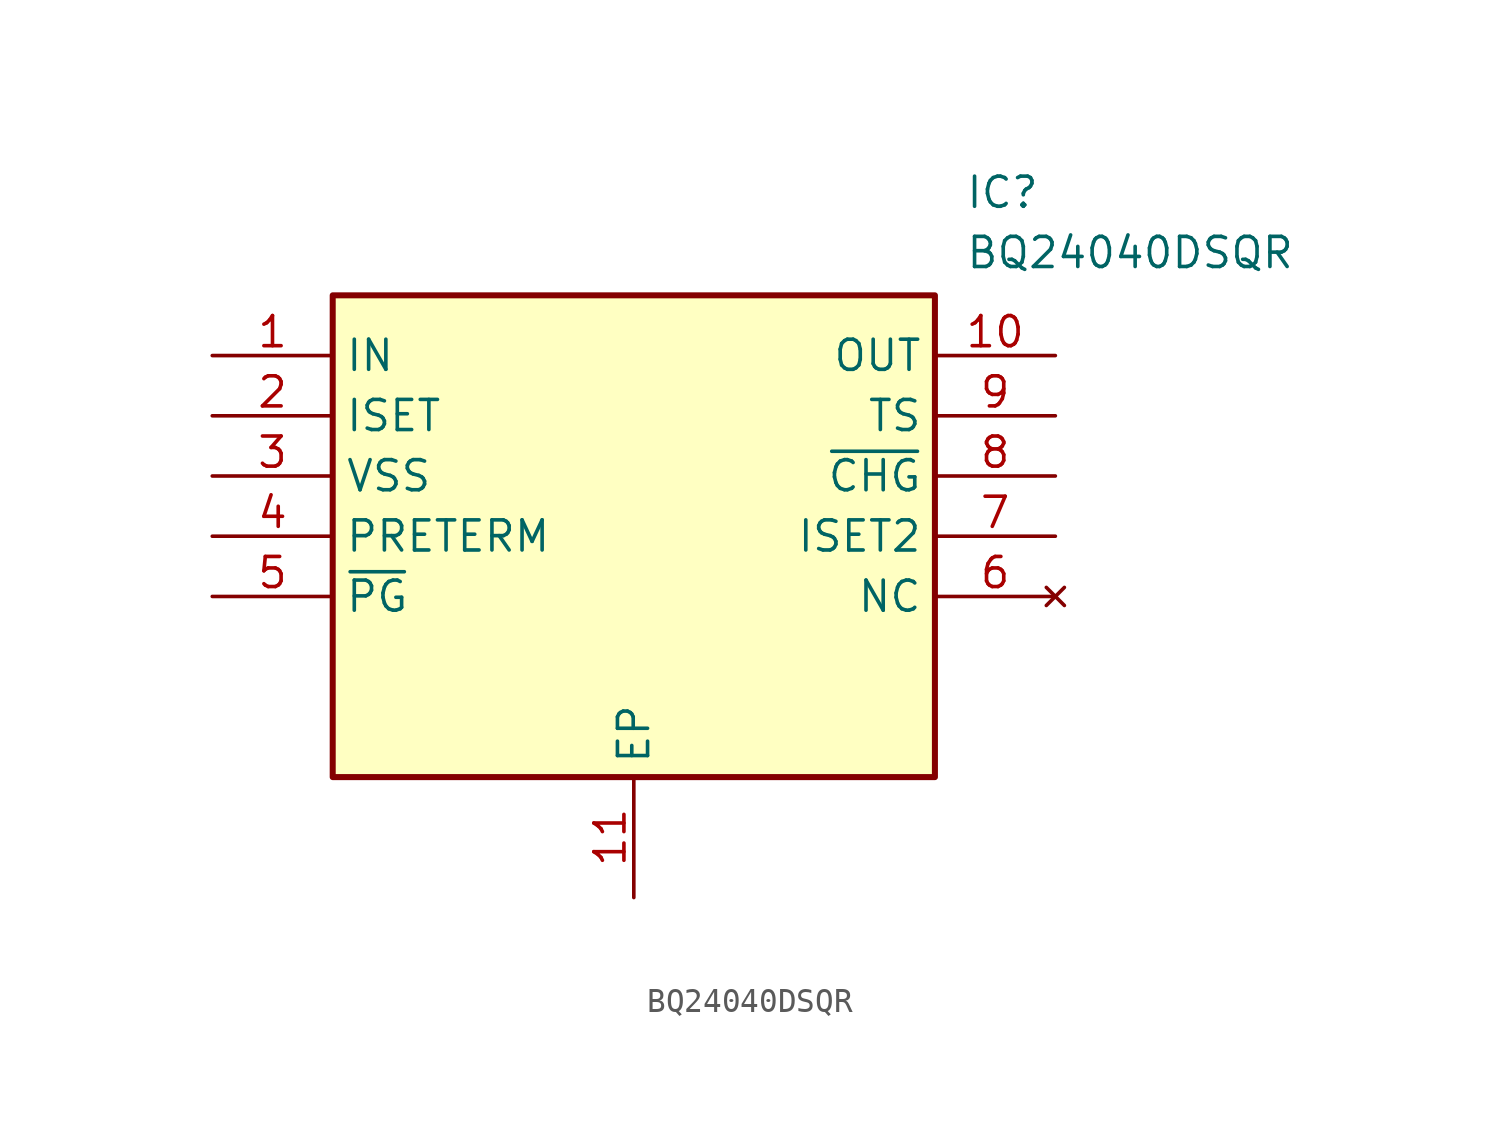
<source format=kicad_sym>
(kicad_symbol_lib
  (version 20211014)
  (generator SamacSys_ECAD_Model)
  (symbol "BQ24040DSQR"
    (property "Reference" "IC"
      (at 31.75 7.62 0)
      (effects (font (size 1.27 1.27)) (justify left top)))
    (property "Value" "BQ24040DSQR"
      (at 31.75 5.08 0)
      (effects (font (size 1.27 1.27)) (justify left top)))
    (rectangle
      (start 5.08 2.54)
      (end 30.48 -17.78)
      (stroke (width 0.254) (type default))
      (fill (type background)))
    (pin passive line
      (at 0 0 0)
      (length 5.08)
      (name "IN" (effects (font (size 1.27 1.27))))
      (number "1" (effects (font (size 1.27 1.27)))))
    (pin passive line
      (at 0 -2.54 0)
      (length 5.08)
      (name "ISET" (effects (font (size 1.27 1.27))))
      (number "2" (effects (font (size 1.27 1.27)))))
    (pin passive line
      (at 0 -5.08 0)
      (length 5.08)
      (name "VSS" (effects (font (size 1.27 1.27))))
      (number "3" (effects (font (size 1.27 1.27)))))
    (pin passive line
      (at 0 -7.62 0)
      (length 5.08)
      (name "PRETERM" (effects (font (size 1.27 1.27))))
      (number "4" (effects (font (size 1.27 1.27)))))
    (pin passive line
      (at 0 -10.16 0)
      (length 5.08)
      (name "~{PG}" (effects (font (size 1.27 1.27))))
      (number "5" (effects (font (size 1.27 1.27)))))
    (pin passive line
      (at 17.78 -22.86 90)
      (length 5.08)
      (name "EP" (effects (font (size 1.27 1.27))))
      (number "11" (effects (font (size 1.27 1.27)))))
    (pin passive line
      (at 35.56 0 180)
      (length 5.08)
      (name "OUT" (effects (font (size 1.27 1.27))))
      (number "10" (effects (font (size 1.27 1.27)))))
    (pin passive line
      (at 35.56 -2.54 180)
      (length 5.08)
      (name "TS" (effects (font (size 1.27 1.27))))
      (number "9" (effects (font (size 1.27 1.27)))))
    (pin passive line
      (at 35.56 -5.08 180)
      (length 5.08)
      (name "~{CHG}" (effects (font (size 1.27 1.27))))
      (number "8" (effects (font (size 1.27 1.27)))))
    (pin passive line
      (at 35.56 -7.62 180)
      (length 5.08)
      (name "ISET2" (effects (font (size 1.27 1.27))))
      (number "7" (effects (font (size 1.27 1.27)))))
    (pin no_connect line
      (at 35.56 -10.16 180)
      (length 5.08)
      (name "NC" (effects (font (size 1.27 1.27))))
      (number "6" (effects (font (size 1.27 1.27)))))))
</source>
